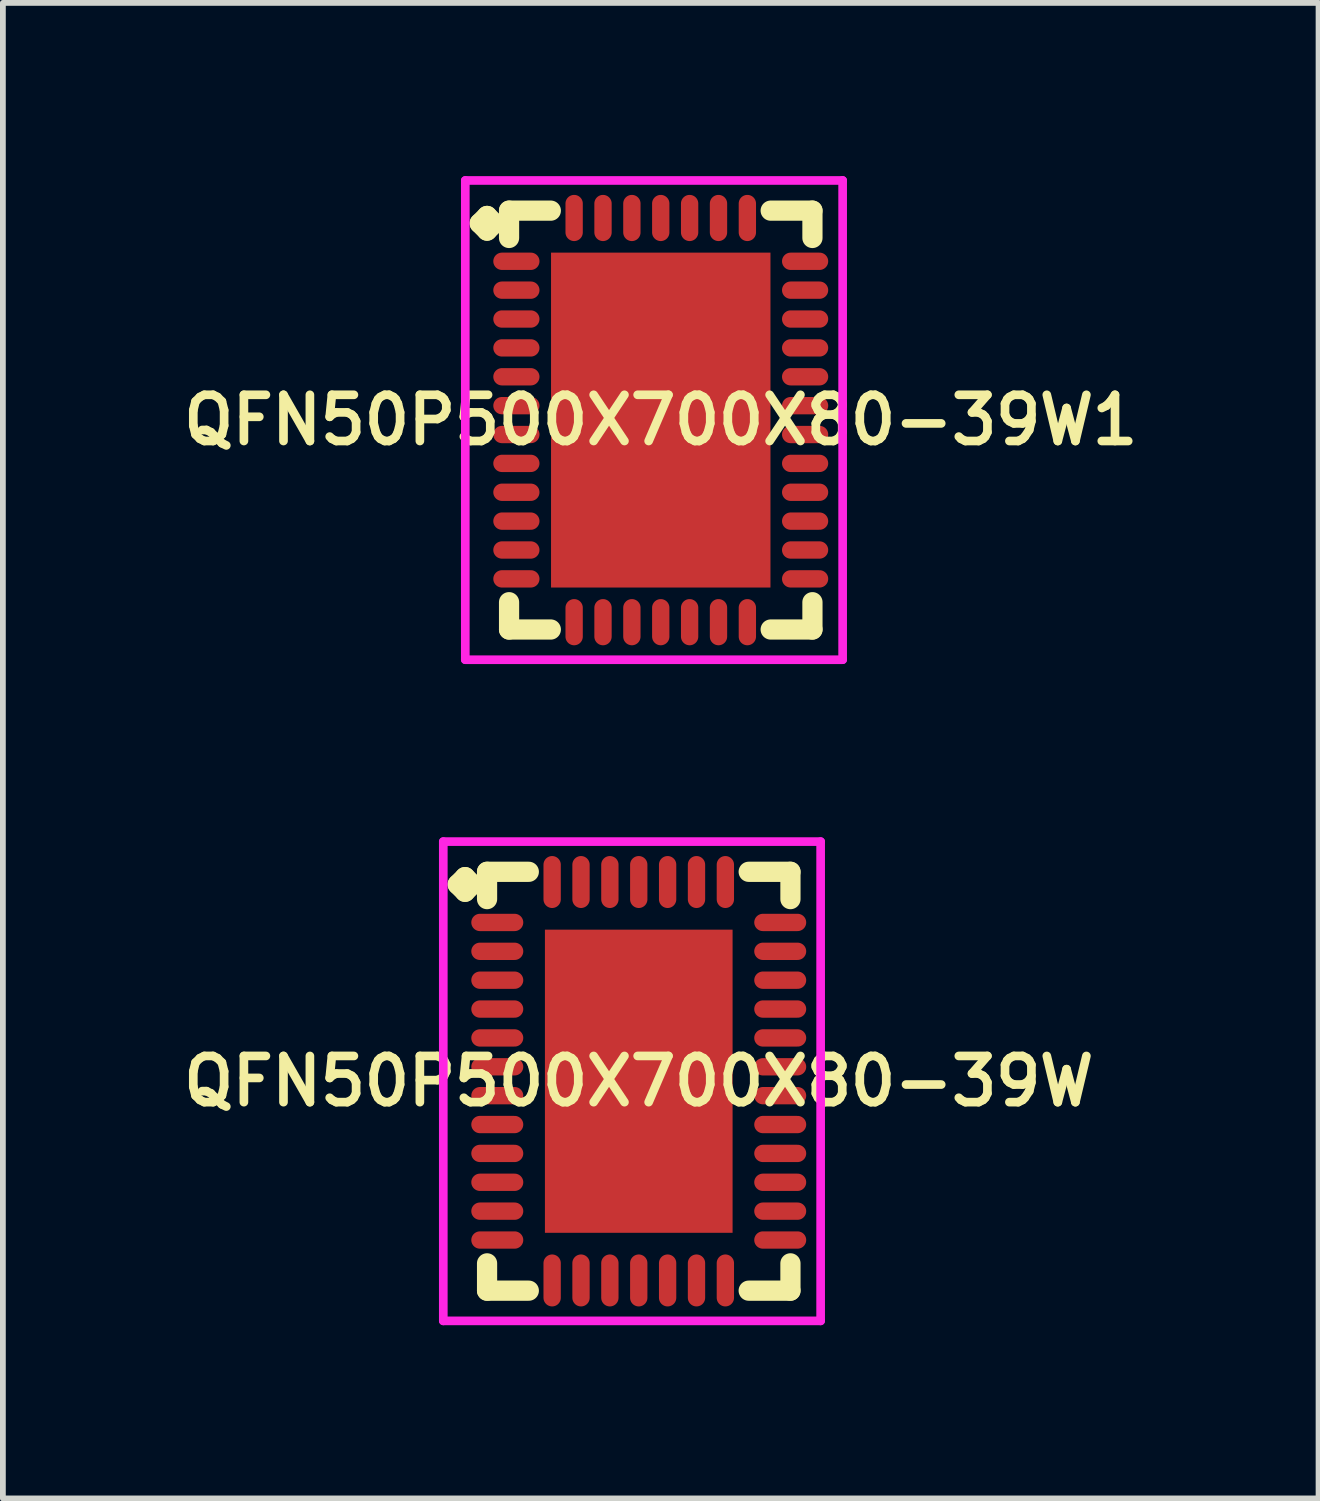
<source format=kicad_pcb>
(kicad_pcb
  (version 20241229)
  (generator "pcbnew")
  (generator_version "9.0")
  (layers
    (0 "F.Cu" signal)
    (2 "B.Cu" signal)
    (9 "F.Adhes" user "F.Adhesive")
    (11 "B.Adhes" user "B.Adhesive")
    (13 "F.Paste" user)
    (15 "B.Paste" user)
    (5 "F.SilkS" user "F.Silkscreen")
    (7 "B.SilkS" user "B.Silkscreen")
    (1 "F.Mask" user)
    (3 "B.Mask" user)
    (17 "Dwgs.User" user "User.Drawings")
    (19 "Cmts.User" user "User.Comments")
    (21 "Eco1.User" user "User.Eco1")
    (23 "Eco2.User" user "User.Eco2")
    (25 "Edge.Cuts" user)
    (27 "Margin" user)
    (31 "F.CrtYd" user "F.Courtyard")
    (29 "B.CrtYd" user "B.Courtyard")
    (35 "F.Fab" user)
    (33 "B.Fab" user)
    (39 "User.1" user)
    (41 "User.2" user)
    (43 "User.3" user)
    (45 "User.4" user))
  (footprint "QFN50P500X700X80-39W"
    (layer "F.Cu")
    (at 8.012 15.675)
    (property "Reference" "QFN50P500X700X80-39W" (at 0 0 0) (layer "F.SilkS") (effects (font (size 0.8 0.8) (thickness 0.15))))
    (attr smd)
    (fp_line (start -3.135 -3.408) (end -3.008 -3.535) (stroke (width 0.35) (type solid)) (layer "F.SilkS"))
    (fp_line (start -3.008 -3.535) (end -2.881 -3.408) (stroke (width 0.35) (type solid)) (layer "F.SilkS"))
    (fp_line (start -3.008 -3.281) (end -3.135 -3.408) (stroke (width 0.35) (type solid)) (layer "F.SilkS"))
    (fp_line (start -2.881 -3.408) (end -3.008 -3.281) (stroke (width 0.35) (type solid)) (layer "F.SilkS"))
    (fp_line (start -2.627 -3.627) (end -1.904 -3.627) (stroke (width 0.35) (type solid)) (layer "F.SilkS"))
    (fp_line (start -2.627 -3.154) (end -2.627 -3.627) (stroke (width 0.35) (type solid)) (layer "F.SilkS"))
    (fp_line (start -2.627 3.154) (end -2.627 3.627) (stroke (width 0.35) (type solid)) (layer "F.SilkS"))
    (fp_line (start -2.627 3.627) (end -1.904 3.627) (stroke (width 0.35) (type solid)) (layer "F.SilkS"))
    (fp_line (start 1.904 -3.627) (end 2.627 -3.627) (stroke (width 0.35) (type solid)) (layer "F.SilkS"))
    (fp_line (start 1.904 3.627) (end 2.627 3.627) (stroke (width 0.35) (type solid)) (layer "F.SilkS"))
    (fp_line (start 2.627 -3.627) (end 2.627 -3.154) (stroke (width 0.35) (type solid)) (layer "F.SilkS"))
    (fp_line (start 2.627 3.627) (end 2.627 3.154) (stroke (width 0.35) (type solid)) (layer "F.SilkS"))
    (fp_line (start -3.385 -4.15) (end 3.15 -4.15) (stroke (width 0.15) (type solid)) (layer "F.CrtYd"))
    (fp_line (start -3.385 4.15) (end -3.385 -4.15) (stroke (width 0.15) (type solid)) (layer "F.CrtYd"))
    (fp_line (start 3.15 -4.15) (end 3.15 4.15) (stroke (width 0.15) (type solid)) (layer "F.CrtYd"))
    (fp_line (start 3.15 4.15) (end -3.385 4.15) (stroke (width 0.15) (type solid)) (layer "F.CrtYd"))
    (pad "1" smd oval (at -2.45 -2.75) (size 0.9 0.3) (layers "F.Cu" "F.Mask" "F.Paste"))
    (pad "2" smd oval (at -2.45 -2.25) (size 0.9 0.3) (layers "F.Cu" "F.Mask" "F.Paste"))
    (pad "3" smd oval (at -2.45 -1.75) (size 0.9 0.3) (layers "F.Cu" "F.Mask" "F.Paste"))
    (pad "4" smd oval (at -2.45 -1.25) (size 0.9 0.3) (layers "F.Cu" "F.Mask" "F.Paste"))
    (pad "5" smd oval (at -2.45 -0.75) (size 0.9 0.3) (layers "F.Cu" "F.Mask" "F.Paste"))
    (pad "6" smd oval (at -2.45 -0.25) (size 0.9 0.3) (layers "F.Cu" "F.Mask" "F.Paste"))
    (pad "7" smd oval (at -2.45 0.25) (size 0.9 0.3) (layers "F.Cu" "F.Mask" "F.Paste"))
    (pad "8" smd oval (at -2.45 0.75) (size 0.9 0.3) (layers "F.Cu" "F.Mask" "F.Paste"))
    (pad "9" smd oval (at -2.45 1.25) (size 0.9 0.3) (layers "F.Cu" "F.Mask" "F.Paste"))
    (pad "10" smd oval (at -2.45 1.75) (size 0.9 0.3) (layers "F.Cu" "F.Mask" "F.Paste"))
    (pad "11" smd oval (at -2.45 2.25) (size 0.9 0.3) (layers "F.Cu" "F.Mask" "F.Paste"))
    (pad "12" smd oval (at -2.45 2.75) (size 0.9 0.3) (layers "F.Cu" "F.Mask" "F.Paste"))
    (pad "13" smd oval (at -1.5 3.45) (size 0.3 0.9) (layers "F.Cu" "F.Mask" "F.Paste"))
    (pad "14" smd oval (at -1 3.45) (size 0.3 0.9) (layers "F.Cu" "F.Mask" "F.Paste"))
    (pad "15" smd oval (at -0.5 3.45) (size 0.3 0.9) (layers "F.Cu" "F.Mask" "F.Paste"))
    (pad "16" smd oval (at 0 3.45) (size 0.3 0.9) (layers "F.Cu" "F.Mask" "F.Paste"))
    (pad "17" smd oval (at 0.5 3.45) (size 0.3 0.9) (layers "F.Cu" "F.Mask" "F.Paste"))
    (pad "18" smd oval (at 1 3.45) (size 0.3 0.9) (layers "F.Cu" "F.Mask" "F.Paste"))
    (pad "19" smd oval (at 1.5 3.45) (size 0.3 0.9) (layers "F.Cu" "F.Mask" "F.Paste"))
    (pad "20" smd oval (at 2.45 2.75) (size 0.9 0.3) (layers "F.Cu" "F.Mask" "F.Paste"))
    (pad "21" smd oval (at 2.45 2.25) (size 0.9 0.3) (layers "F.Cu" "F.Mask" "F.Paste"))
    (pad "22" smd oval (at 2.45 1.75) (size 0.9 0.3) (layers "F.Cu" "F.Mask" "F.Paste"))
    (pad "23" smd oval (at 2.45 1.25) (size 0.9 0.3) (layers "F.Cu" "F.Mask" "F.Paste"))
    (pad "24" smd oval (at 2.45 0.75) (size 0.9 0.3) (layers "F.Cu" "F.Mask" "F.Paste"))
    (pad "25" smd oval (at 2.45 0.25) (size 0.9 0.3) (layers "F.Cu" "F.Mask" "F.Paste"))
    (pad "26" smd oval (at 2.45 -0.25) (size 0.9 0.3) (layers "F.Cu" "F.Mask" "F.Paste"))
    (pad "27" smd oval (at 2.45 -0.75) (size 0.9 0.3) (layers "F.Cu" "F.Mask" "F.Paste"))
    (pad "28" smd oval (at 2.45 -1.25) (size 0.9 0.3) (layers "F.Cu" "F.Mask" "F.Paste"))
    (pad "29" smd oval (at 2.45 -1.75) (size 0.9 0.3) (layers "F.Cu" "F.Mask" "F.Paste"))
    (pad "30" smd oval (at 2.45 -2.25) (size 0.9 0.3) (layers "F.Cu" "F.Mask" "F.Paste"))
    (pad "31" smd oval (at 2.45 -2.75) (size 0.9 0.3) (layers "F.Cu" "F.Mask" "F.Paste"))
    (pad "32" smd oval (at 1.5 -3.45) (size 0.3 0.9) (layers "F.Cu" "F.Mask" "F.Paste"))
    (pad "33" smd oval (at 1 -3.45) (size 0.3 0.9) (layers "F.Cu" "F.Mask" "F.Paste"))
    (pad "34" smd oval (at 0.5 -3.45) (size 0.3 0.9) (layers "F.Cu" "F.Mask" "F.Paste"))
    (pad "35" smd oval (at 0 -3.45) (size 0.3 0.9) (layers "F.Cu" "F.Mask" "F.Paste"))
    (pad "36" smd oval (at -0.5 -3.45) (size 0.3 0.9) (layers "F.Cu" "F.Mask" "F.Paste"))
    (pad "37" smd oval (at -1 -3.45) (size 0.3 0.9) (layers "F.Cu" "F.Mask" "F.Paste"))
    (pad "38" smd oval (at -1.5 -3.45) (size 0.3 0.9) (layers "F.Cu" "F.Mask" "F.Paste"))
    (pad "39" smd rect (at 0 0) (size 3.25 5.25) (layers "F.Cu" "F.Mask" "F.Paste")))
  (footprint "QFN50P500X700X80-39W1"
    (layer "F.Cu")
    (at 8.393 4.225)
    (property "Reference" "QFN50P500X700X80-39W1" (at 0 0 0) (layer "F.SilkS") (effects (font (size 0.8 0.8) (thickness 0.15))))
    (attr smd)
    (fp_line (start -3.135 -3.408) (end -3.008 -3.535) (stroke (width 0.35) (type solid)) (layer "F.SilkS"))
    (fp_line (start -3.008 -3.535) (end -2.881 -3.408) (stroke (width 0.35) (type solid)) (layer "F.SilkS"))
    (fp_line (start -3.008 -3.281) (end -3.135 -3.408) (stroke (width 0.35) (type solid)) (layer "F.SilkS"))
    (fp_line (start -2.881 -3.408) (end -3.008 -3.281) (stroke (width 0.35) (type solid)) (layer "F.SilkS"))
    (fp_line (start -2.627 -3.627) (end -1.904 -3.627) (stroke (width 0.35) (type solid)) (layer "F.SilkS"))
    (fp_line (start -2.627 -3.154) (end -2.627 -3.627) (stroke (width 0.35) (type solid)) (layer "F.SilkS"))
    (fp_line (start -2.627 3.154) (end -2.627 3.627) (stroke (width 0.35) (type solid)) (layer "F.SilkS"))
    (fp_line (start -2.627 3.627) (end -1.904 3.627) (stroke (width 0.35) (type solid)) (layer "F.SilkS"))
    (fp_line (start 1.904 -3.627) (end 2.627 -3.627) (stroke (width 0.35) (type solid)) (layer "F.SilkS"))
    (fp_line (start 1.904 3.627) (end 2.627 3.627) (stroke (width 0.35) (type solid)) (layer "F.SilkS"))
    (fp_line (start 2.627 -3.627) (end 2.627 -3.154) (stroke (width 0.35) (type solid)) (layer "F.SilkS"))
    (fp_line (start 2.627 3.627) (end 2.627 3.154) (stroke (width 0.35) (type solid)) (layer "F.SilkS"))
    (fp_line (start -3.385 -4.15) (end 3.15 -4.15) (stroke (width 0.15) (type solid)) (layer "F.CrtYd"))
    (fp_line (start -3.385 4.15) (end -3.385 -4.15) (stroke (width 0.15) (type solid)) (layer "F.CrtYd"))
    (fp_line (start 3.15 -4.15) (end 3.15 4.15) (stroke (width 0.15) (type solid)) (layer "F.CrtYd"))
    (fp_line (start 3.15 4.15) (end -3.385 4.15) (stroke (width 0.15) (type solid)) (layer "F.CrtYd"))
    (pad "1" smd oval (at -2.5 -2.75) (size 0.8 0.3) (layers "F.Cu" "F.Mask" "F.Paste"))
    (pad "2" smd oval (at -2.5 -2.25) (size 0.8 0.3) (layers "F.Cu" "F.Mask" "F.Paste"))
    (pad "3" smd oval (at -2.5 -1.75) (size 0.8 0.3) (layers "F.Cu" "F.Mask" "F.Paste"))
    (pad "4" smd oval (at -2.5 -1.25) (size 0.8 0.3) (layers "F.Cu" "F.Mask" "F.Paste"))
    (pad "5" smd oval (at -2.5 -0.75) (size 0.8 0.3) (layers "F.Cu" "F.Mask" "F.Paste"))
    (pad "6" smd oval (at -2.5 -0.25) (size 0.8 0.3) (layers "F.Cu" "F.Mask" "F.Paste"))
    (pad "7" smd oval (at -2.5 0.25) (size 0.8 0.3) (layers "F.Cu" "F.Mask" "F.Paste"))
    (pad "8" smd oval (at -2.5 0.75) (size 0.8 0.3) (layers "F.Cu" "F.Mask" "F.Paste"))
    (pad "9" smd oval (at -2.5 1.25) (size 0.8 0.3) (layers "F.Cu" "F.Mask" "F.Paste"))
    (pad "10" smd oval (at -2.5 1.75) (size 0.8 0.3) (layers "F.Cu" "F.Mask" "F.Paste"))
    (pad "11" smd oval (at -2.5 2.25) (size 0.8 0.3) (layers "F.Cu" "F.Mask" "F.Paste"))
    (pad "12" smd oval (at -2.5 2.75) (size 0.8 0.3) (layers "F.Cu" "F.Mask" "F.Paste"))
    (pad "13" smd oval (at -1.5 3.5) (size 0.3 0.8) (layers "F.Cu" "F.Mask" "F.Paste"))
    (pad "14" smd oval (at -1 3.5) (size 0.3 0.8) (layers "F.Cu" "F.Mask" "F.Paste"))
    (pad "15" smd oval (at -0.5 3.5) (size 0.3 0.8) (layers "F.Cu" "F.Mask" "F.Paste"))
    (pad "16" smd oval (at 0 3.5) (size 0.3 0.8) (layers "F.Cu" "F.Mask" "F.Paste"))
    (pad "17" smd oval (at 0.5 3.5) (size 0.3 0.8) (layers "F.Cu" "F.Mask" "F.Paste"))
    (pad "18" smd oval (at 1 3.5) (size 0.3 0.8) (layers "F.Cu" "F.Mask" "F.Paste"))
    (pad "19" smd oval (at 1.5 3.5) (size 0.3 0.8) (layers "F.Cu" "F.Mask" "F.Paste"))
    (pad "20" smd oval (at 2.5 2.75) (size 0.8 0.3) (layers "F.Cu" "F.Mask" "F.Paste"))
    (pad "21" smd oval (at 2.5 2.25) (size 0.8 0.3) (layers "F.Cu" "F.Mask" "F.Paste"))
    (pad "22" smd oval (at 2.5 1.75) (size 0.8 0.3) (layers "F.Cu" "F.Mask" "F.Paste"))
    (pad "23" smd oval (at 2.5 1.25) (size 0.8 0.3) (layers "F.Cu" "F.Mask" "F.Paste"))
    (pad "24" smd oval (at 2.5 0.75) (size 0.8 0.3) (layers "F.Cu" "F.Mask" "F.Paste"))
    (pad "25" smd oval (at 2.5 0.25) (size 0.8 0.3) (layers "F.Cu" "F.Mask" "F.Paste"))
    (pad "26" smd oval (at 2.5 -0.25) (size 0.8 0.3) (layers "F.Cu" "F.Mask" "F.Paste"))
    (pad "27" smd oval (at 2.5 -0.75) (size 0.8 0.3) (layers "F.Cu" "F.Mask" "F.Paste"))
    (pad "28" smd oval (at 2.5 -1.25) (size 0.8 0.3) (layers "F.Cu" "F.Mask" "F.Paste"))
    (pad "29" smd oval (at 2.5 -1.75) (size 0.8 0.3) (layers "F.Cu" "F.Mask" "F.Paste"))
    (pad "30" smd oval (at 2.5 -2.25) (size 0.8 0.3) (layers "F.Cu" "F.Mask" "F.Paste"))
    (pad "31" smd oval (at 2.5 -2.75) (size 0.8 0.3) (layers "F.Cu" "F.Mask" "F.Paste"))
    (pad "32" smd oval (at 1.5 -3.5) (size 0.3 0.8) (layers "F.Cu" "F.Mask" "F.Paste"))
    (pad "33" smd oval (at 1 -3.5) (size 0.3 0.8) (layers "F.Cu" "F.Mask" "F.Paste"))
    (pad "34" smd oval (at 0.5 -3.5) (size 0.3 0.8) (layers "F.Cu" "F.Mask" "F.Paste"))
    (pad "35" smd oval (at 0 -3.5) (size 0.3 0.8) (layers "F.Cu" "F.Mask" "F.Paste"))
    (pad "36" smd oval (at -0.5 -3.5) (size 0.3 0.8) (layers "F.Cu" "F.Mask" "F.Paste"))
    (pad "37" smd oval (at -1 -3.5) (size 0.3 0.8) (layers "F.Cu" "F.Mask" "F.Paste"))
    (pad "38" smd oval (at -1.5 -3.5) (size 0.3 0.8) (layers "F.Cu" "F.Mask" "F.Paste"))
    (pad "39" smd rect (at 0 0) (size 3.8 5.8) (layers "F.Cu" "F.Mask" "F.Paste")))
  (gr_rect
    (start -3 -3)
    (end 19.785 22.9)
    (stroke (width 0.1) (type default))
    (fill no)
    (layer "Edge.Cuts")))
</source>
